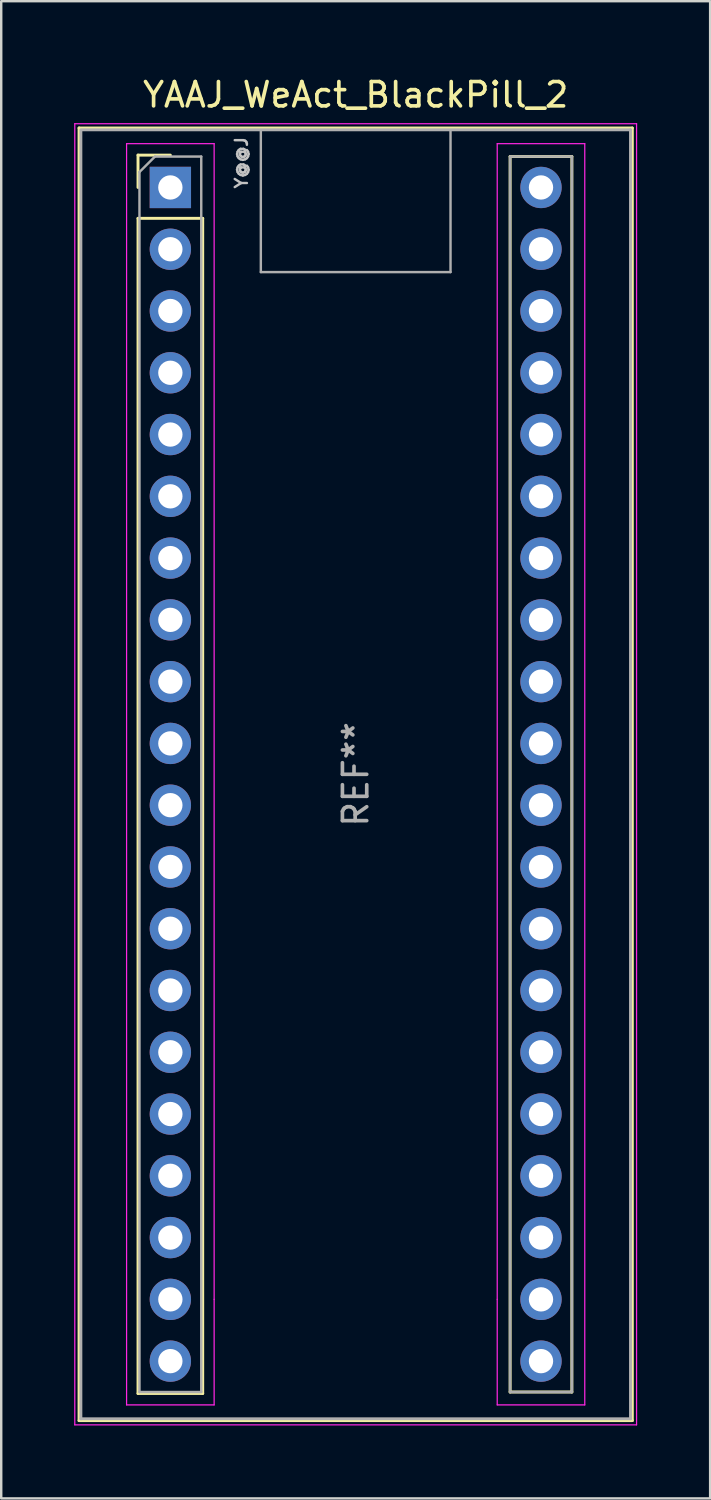
<source format=kicad_pcb>
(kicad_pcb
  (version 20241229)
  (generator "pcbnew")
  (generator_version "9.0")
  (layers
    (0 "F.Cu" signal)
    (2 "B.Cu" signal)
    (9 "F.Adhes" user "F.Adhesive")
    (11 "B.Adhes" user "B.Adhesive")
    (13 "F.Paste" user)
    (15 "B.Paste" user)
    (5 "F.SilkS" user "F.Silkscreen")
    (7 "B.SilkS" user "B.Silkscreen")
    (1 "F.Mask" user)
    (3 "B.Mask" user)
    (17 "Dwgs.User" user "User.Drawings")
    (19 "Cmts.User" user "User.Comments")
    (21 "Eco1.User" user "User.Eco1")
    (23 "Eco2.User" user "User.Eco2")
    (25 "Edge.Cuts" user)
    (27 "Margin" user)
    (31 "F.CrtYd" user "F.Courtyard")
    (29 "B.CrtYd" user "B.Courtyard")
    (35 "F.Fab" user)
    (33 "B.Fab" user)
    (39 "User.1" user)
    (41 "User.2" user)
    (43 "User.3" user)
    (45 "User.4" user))
  (footprint "YAAJ_WeAct_BlackPill_2"
    (layer "F.Cu")
    (at 3.955 4.658)
    (property "Reference" "YAAJ_WeAct_BlackPill_2" (at 7.62 -3.81 0) (layer "F.SilkS") (effects (font (size 1 1) (thickness 0.15))))
    (attr through_hole)
    (fp_line (start -3.755 -2.445) (end 18.995 -2.445) (stroke (width 0.12) (type solid)) (layer "F.SilkS"))
    (fp_line (start -3.755 50.705) (end -3.755 -2.445) (stroke (width 0.12) (type solid)) (layer "F.SilkS"))
    (fp_line (start -1.33 -1.33) (end 0 -1.33) (stroke (width 0.12) (type solid)) (layer "F.SilkS"))
    (fp_line (start -1.33 0) (end -1.33 -1.33) (stroke (width 0.12) (type solid)) (layer "F.SilkS"))
    (fp_line (start -1.33 1.27) (end 1.33 1.27) (stroke (width 0.12) (type solid)) (layer "F.SilkS"))
    (fp_line (start -1.33 49.59) (end -1.33 1.27) (stroke (width 0.12) (type solid)) (layer "F.SilkS"))
    (fp_line (start 1.33 1.27) (end 1.33 49.59) (stroke (width 0.12) (type solid)) (layer "F.SilkS"))
    (fp_line (start 1.33 49.59) (end -1.33 49.59) (stroke (width 0.12) (type solid)) (layer "F.SilkS"))
    (fp_line (start 13.97 -1.27) (end 16.51 -1.27) (stroke (width 0.12) (type solid)) (layer "F.SilkS"))
    (fp_line (start 13.97 49.53) (end 13.97 -1.27) (stroke (width 0.12) (type solid)) (layer "F.SilkS"))
    (fp_line (start 16.51 -1.27) (end 16.51 49.53) (stroke (width 0.12) (type solid)) (layer "F.SilkS"))
    (fp_line (start 16.51 49.53) (end 13.97 49.53) (stroke (width 0.12) (type solid)) (layer "F.SilkS"))
    (fp_line (start 18.995 -2.445) (end 18.995 50.705) (stroke (width 0.12) (type solid)) (layer "F.SilkS"))
    (fp_line (start 18.995 50.705) (end -3.755 50.705) (stroke (width 0.12) (type solid)) (layer "F.SilkS"))
    (fp_line (start -3.93 -2.62) (end 19.17 -2.62) (stroke (width 0.05) (type solid)) (layer "F.CrtYd"))
    (fp_line (start -3.93 50.88) (end -3.93 -2.62) (stroke (width 0.05) (type solid)) (layer "F.CrtYd"))
    (fp_line (start -1.8 -1.8) (end -1.8 50.06) (stroke (width 0.05) (type solid)) (layer "F.CrtYd"))
    (fp_line (start -1.8 50.06) (end 1.8 50.06) (stroke (width 0.05) (type solid)) (layer "F.CrtYd"))
    (fp_line (start 1.8 -1.8) (end -1.8 -1.8) (stroke (width 0.05) (type solid)) (layer "F.CrtYd"))
    (fp_line (start 1.8 -1.8) (end 1.8 45.72) (stroke (width 0.05) (type solid)) (layer "F.CrtYd"))
    (fp_line (start 1.8 45.72) (end 1.8 50.06) (stroke (width 0.05) (type solid)) (layer "F.CrtYd"))
    (fp_line (start 13.44 -1.8) (end 13.44 45.72) (stroke (width 0.05) (type solid)) (layer "F.CrtYd"))
    (fp_line (start 13.44 -1.8) (end 17.04 -1.8) (stroke (width 0.05) (type solid)) (layer "F.CrtYd"))
    (fp_line (start 13.44 45.72) (end 13.44 50.06) (stroke (width 0.05) (type solid)) (layer "F.CrtYd"))
    (fp_line (start 17.04 -1.8) (end 17.04 50.06) (stroke (width 0.05) (type solid)) (layer "F.CrtYd"))
    (fp_line (start 17.04 50.06) (end 13.44 50.06) (stroke (width 0.05) (type solid)) (layer "F.CrtYd"))
    (fp_line (start 19.17 -2.62) (end 19.17 50.88) (stroke (width 0.05) (type solid)) (layer "F.CrtYd"))
    (fp_line (start 19.17 50.88) (end -3.93 50.88) (stroke (width 0.05) (type solid)) (layer "F.CrtYd"))
    (fp_line (start -3.68 -2.37) (end 18.92 -2.37) (stroke (width 0.12) (type solid)) (layer "F.Fab"))
    (fp_line (start -3.68 50.63) (end -3.68 -2.32) (stroke (width 0.12) (type solid)) (layer "F.Fab"))
    (fp_line (start -3.68 50.63) (end 18.92 50.63) (stroke (width 0.12) (type solid)) (layer "F.Fab"))
    (fp_line (start -1.27 -0.635) (end -0.635 -1.27) (stroke (width 0.1) (type solid)) (layer "F.Fab"))
    (fp_line (start -1.27 49.53) (end -1.27 -0.635) (stroke (width 0.1) (type solid)) (layer "F.Fab"))
    (fp_line (start -0.635 -1.27) (end 1.27 -1.27) (stroke (width 0.1) (type solid)) (layer "F.Fab"))
    (fp_line (start 1.27 -1.27) (end 1.27 49.53) (stroke (width 0.1) (type solid)) (layer "F.Fab"))
    (fp_line (start 1.27 49.53) (end -1.27 49.53) (stroke (width 0.1) (type solid)) (layer "F.Fab"))
    (fp_line (start 3.72 3.48) (end 3.72 -2.32) (stroke (width 0.1) (type solid)) (layer "F.Fab"))
    (fp_line (start 3.72 3.48) (end 11.52 3.48) (stroke (width 0.1) (type solid)) (layer "F.Fab"))
    (fp_line (start 11.52 3.48) (end 11.52 -2.32) (stroke (width 0.1) (type solid)) (layer "F.Fab"))
    (fp_line (start 13.97 -1.27) (end 16.51 -1.27) (stroke (width 0.1) (type solid)) (layer "F.Fab"))
    (fp_line (start 13.97 49.53) (end 13.97 -1.27) (stroke (width 0.1) (type solid)) (layer "F.Fab"))
    (fp_line (start 16.51 -1.27) (end 16.51 49.53) (stroke (width 0.1) (type solid)) (layer "F.Fab"))
    (fp_line (start 16.51 49.53) (end 13.97 49.53) (stroke (width 0.1) (type solid)) (layer "F.Fab"))
    (fp_line (start 18.92 -2.37) (end 18.92 50.63) (stroke (width 0.12) (type solid)) (layer "F.Fab"))
    (fp_text user "Y@@J" (at 2.921 -1.016 90) (unlocked yes) (layer "Dwgs.User") (effects (font (size 0.5 0.5) (thickness 0.1))))
    (fp_text user "REF**" (at 7.62 24.13 90) (layer "F.Fab") (effects (font (size 1 1) (thickness 0.15))))
    (pad "1" thru_hole rect (at 0 0) (size 1.7 1.7) (drill 1) (layers "*.Cu" "*.Mask"))
    (pad "2" thru_hole circle (at 0 2.54) (size 1.7 1.7) (drill 1) (layers "*.Cu" "*.Mask"))
    (pad "3" thru_hole circle (at 0 5.08) (size 1.7 1.7) (drill 1) (layers "*.Cu" "*.Mask"))
    (pad "4" thru_hole circle (at 0 7.62) (size 1.7 1.7) (drill 1) (layers "*.Cu" "*.Mask"))
    (pad "5" thru_hole circle (at 0 10.16) (size 1.7 1.7) (drill 1) (layers "*.Cu" "*.Mask"))
    (pad "6" thru_hole circle (at 0 12.7) (size 1.7 1.7) (drill 1) (layers "*.Cu" "*.Mask"))
    (pad "7" thru_hole circle (at 0 15.24) (size 1.7 1.7) (drill 1) (layers "*.Cu" "*.Mask"))
    (pad "8" thru_hole circle (at 0 17.78) (size 1.7 1.7) (drill 1) (layers "*.Cu" "*.Mask"))
    (pad "9" thru_hole circle (at 0 20.32) (size 1.7 1.7) (drill 1) (layers "*.Cu" "*.Mask"))
    (pad "10" thru_hole circle (at 0 22.86) (size 1.7 1.7) (drill 1) (layers "*.Cu" "*.Mask"))
    (pad "11" thru_hole circle (at 0 25.4) (size 1.7 1.7) (drill 1) (layers "*.Cu" "*.Mask"))
    (pad "12" thru_hole circle (at 0 27.94) (size 1.7 1.7) (drill 1) (layers "*.Cu" "*.Mask"))
    (pad "13" thru_hole circle (at 0 30.48) (size 1.7 1.7) (drill 1) (layers "*.Cu" "*.Mask"))
    (pad "14" thru_hole circle (at 0 33.02) (size 1.7 1.7) (drill 1) (layers "*.Cu" "*.Mask"))
    (pad "15" thru_hole circle (at 0 35.56) (size 1.7 1.7) (drill 1) (layers "*.Cu" "*.Mask"))
    (pad "16" thru_hole circle (at 0 38.1) (size 1.7 1.7) (drill 1) (layers "*.Cu" "*.Mask"))
    (pad "17" thru_hole circle (at 0 40.64) (size 1.7 1.7) (drill 1) (layers "*.Cu" "*.Mask"))
    (pad "18" thru_hole circle (at 0 43.18) (size 1.7 1.7) (drill 1) (layers "*.Cu" "*.Mask"))
    (pad "19" thru_hole circle (at 0 45.72) (size 1.7 1.7) (drill 1) (layers "*.Cu" "*.Mask"))
    (pad "20" thru_hole circle (at 0 48.26) (size 1.7 1.7) (drill 1) (layers "*.Cu" "*.Mask"))
    (pad "21" thru_hole circle (at 15.24 48.26) (size 1.7 1.7) (drill 1) (layers "*.Cu" "*.Mask"))
    (pad "22" thru_hole circle (at 15.24 45.72) (size 1.7 1.7) (drill 1) (layers "*.Cu" "*.Mask"))
    (pad "23" thru_hole circle (at 15.24 43.18) (size 1.7 1.7) (drill 1) (layers "*.Cu" "*.Mask"))
    (pad "24" thru_hole circle (at 15.24 40.64) (size 1.7 1.7) (drill 1) (layers "*.Cu" "*.Mask"))
    (pad "25" thru_hole circle (at 15.24 38.1) (size 1.7 1.7) (drill 1) (layers "*.Cu" "*.Mask"))
    (pad "26" thru_hole circle (at 15.24 35.56) (size 1.7 1.7) (drill 1) (layers "*.Cu" "*.Mask"))
    (pad "27" thru_hole circle (at 15.24 33.02) (size 1.7 1.7) (drill 1) (layers "*.Cu" "*.Mask"))
    (pad "28" thru_hole circle (at 15.24 30.48) (size 1.7 1.7) (drill 1) (layers "*.Cu" "*.Mask"))
    (pad "29" thru_hole circle (at 15.24 27.94) (size 1.7 1.7) (drill 1) (layers "*.Cu" "*.Mask"))
    (pad "30" thru_hole circle (at 15.24 25.4) (size 1.7 1.7) (drill 1) (layers "*.Cu" "*.Mask"))
    (pad "31" thru_hole circle (at 15.24 22.86) (size 1.7 1.7) (drill 1) (layers "*.Cu" "*.Mask"))
    (pad "32" thru_hole circle (at 15.24 20.32) (size 1.7 1.7) (drill 1) (layers "*.Cu" "*.Mask"))
    (pad "33" thru_hole circle (at 15.24 17.78) (size 1.7 1.7) (drill 1) (layers "*.Cu" "*.Mask"))
    (pad "34" thru_hole circle (at 15.24 15.24) (size 1.7 1.7) (drill 1) (layers "*.Cu" "*.Mask"))
    (pad "35" thru_hole circle (at 15.24 12.7) (size 1.7 1.7) (drill 1) (layers "*.Cu" "*.Mask"))
    (pad "36" thru_hole circle (at 15.24 10.16) (size 1.7 1.7) (drill 1) (layers "*.Cu" "*.Mask"))
    (pad "37" thru_hole circle (at 15.24 7.62) (size 1.7 1.7) (drill 1) (layers "*.Cu" "*.Mask"))
    (pad "38" thru_hole circle (at 15.24 5.08) (size 1.7 1.7) (drill 1) (layers "*.Cu" "*.Mask"))
    (pad "39" thru_hole circle (at 15.24 2.54) (size 1.7 1.7) (drill 1) (layers "*.Cu" "*.Mask"))
    (pad "40" thru_hole circle (at 15.24 0) (size 1.7 1.7) (drill 1) (layers "*.Cu" "*.Mask")))
  (gr_rect
    (start -3 -3)
    (end 26.15 58.563)
    (stroke (width 0.1) (type default))
    (fill no)
    (layer "Edge.Cuts")))
</source>
